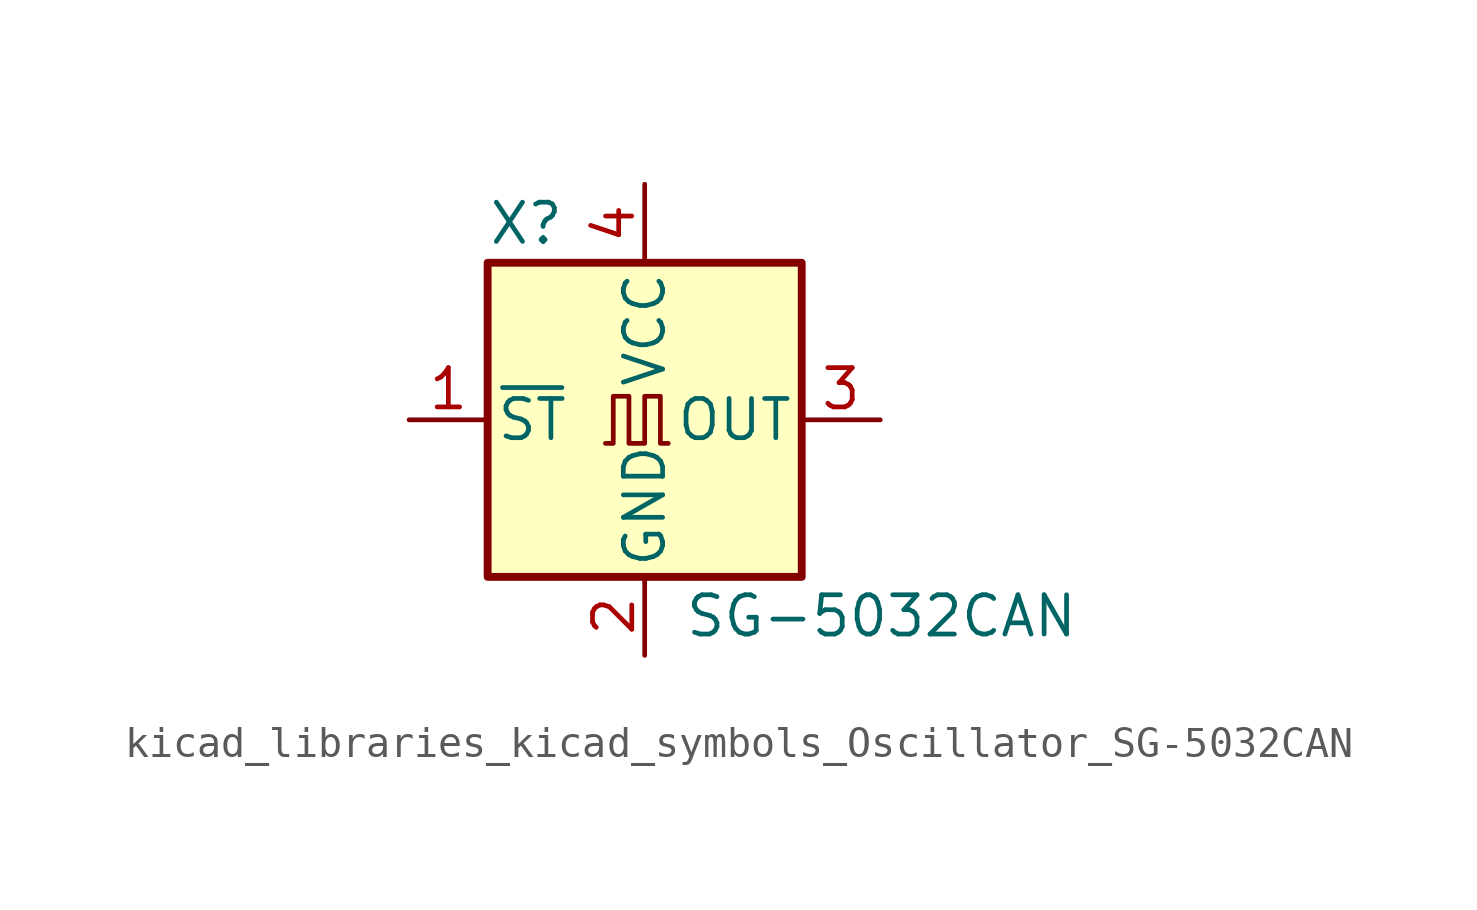
<source format=kicad_sym>
(kicad_symbol_lib
  (version 20220914)
  (generator kicad_symbol_editor)
  (symbol "kicad_libraries_kicad_symbols_Oscillator_SG-5032CAN"
    (pin_names
      (offset 0.254))
    (property "Reference" "X"
      (at -5.08 6.35 0)
      (effects (font (size 1.27 1.27)) (justify left)))
    (property "Value" "SG-5032CAN"
      (at 1.27 -6.35 0)
      (effects (font (size 1.27 1.27)) (justify left)))
    (symbol "kicad_libraries_kicad_symbols_Oscillator_SG-5032CAN_0_1"
      (rectangle (start -5.08 5.08) (end 5.08 -5.08) (stroke (width 0.254) (type default)) (fill (type background)))
      (polyline (pts (xy -1.27 -0.762) (xy -1.016 -0.762) (xy -1.016 0.762) (xy -0.508 0.762) (xy -0.508 -0.762) (xy 0 -0.762) (xy 0 0.762) (xy 0.508 0.762) (xy 0.508 -0.762) (xy 0.762 -0.762)) (stroke (width 0) (type default)) (fill (type none))))
    (symbol "kicad_libraries_kicad_symbols_Oscillator_SG-5032CAN_1_1"
      (pin input line (at -7.62 0 0) (length 2.54) (name "~{ST}" (effects (font (size 1.27 1.27)))) (number "1" (effects (font (size 1.27 1.27)))))
      (pin power_in line (at 0 -7.62 90) (length 2.54) (name "GND" (effects (font (size 1.27 1.27)))) (number "2" (effects (font (size 1.27 1.27)))))
      (pin output line (at 7.62 0 180) (length 2.54) (name "OUT" (effects (font (size 1.27 1.27)))) (number "3" (effects (font (size 1.27 1.27)))))
      (pin power_in line (at 0 7.62 270) (length 2.54) (name "VCC" (effects (font (size 1.27 1.27)))) (number "4" (effects (font (size 1.27 1.27))))))))
</source>
